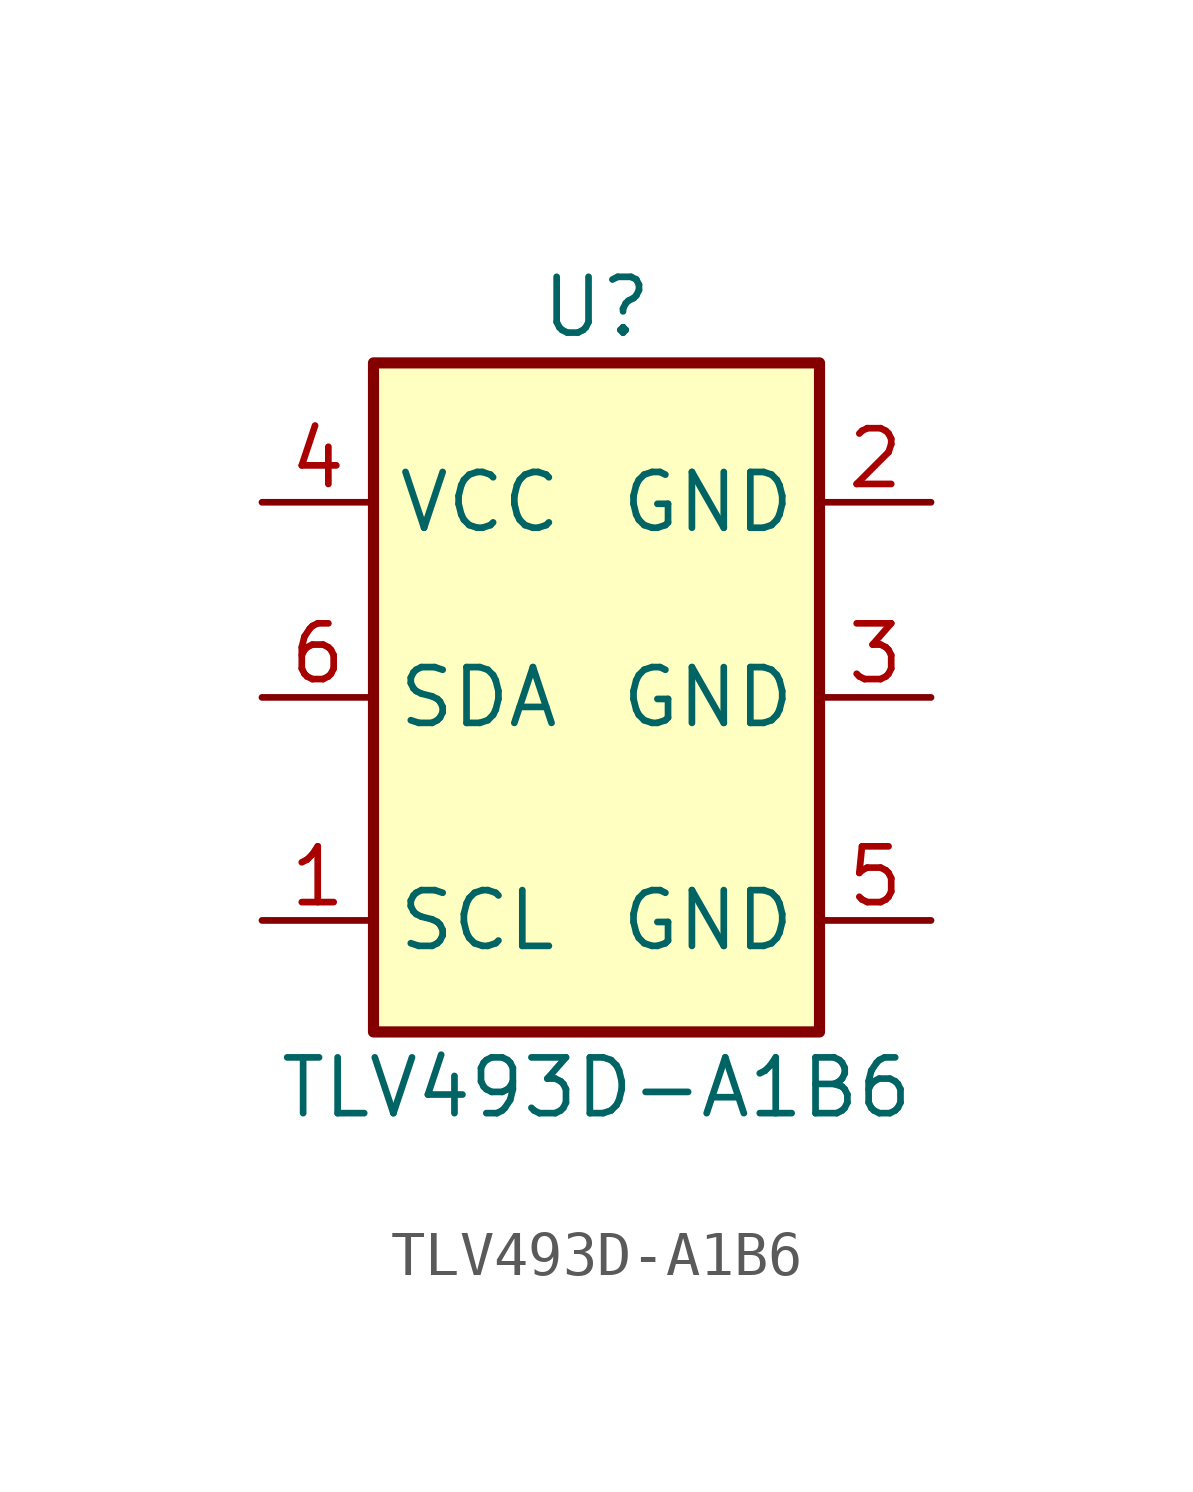
<source format=kicad_sym>
(kicad_symbol_lib
  (version 20220914)
  (generator kicad_symbol_editor)
  (symbol "TLV493D-A1B6"
    (property "Reference" "U"
      (at 0 8.89 0)
      (effects (font (size 1.27 1.27))))
    (property "Value" "TLV493D-A1B6"
      (at 0 -8.89 0)
      (effects (font (size 1.27 1.27))))
    (symbol "TLV493D-A1B6_0_1"
      (rectangle (start -5.08 7.62) (end 5.08 -7.62) (stroke (width 0.254) (type default)) (fill (type background))))
    (symbol "TLV493D-A1B6_1_1"
      (pin input line (at -7.62 -5.08 0) (length 2.54) (name "SCL" (effects (font (size 1.27 1.27)))) (number "1" (effects (font (size 1.27 1.27)))))
      (pin power_in line (at 7.62 4.445 180) (length 2.54) (name "GND" (effects (font (size 1.27 1.27)))) (number "2" (effects (font (size 1.27 1.27)))))
      (pin power_in line (at 7.62 0 180) (length 2.54) (name "GND" (effects (font (size 1.27 1.27)))) (number "3" (effects (font (size 1.27 1.27)))))
      (pin power_in line (at -7.62 4.445 0) (length 2.54) (name "VCC" (effects (font (size 1.27 1.27)))) (number "4" (effects (font (size 1.27 1.27)))))
      (pin power_in line (at 7.62 -5.08 180) (length 2.54) (name "GND" (effects (font (size 1.27 1.27)))) (number "5" (effects (font (size 1.27 1.27)))))
      (pin input line (at -7.62 0 0) (length 2.54) (name "SDA" (effects (font (size 1.27 1.27)))) (number "6" (effects (font (size 1.27 1.27))))))))
</source>
